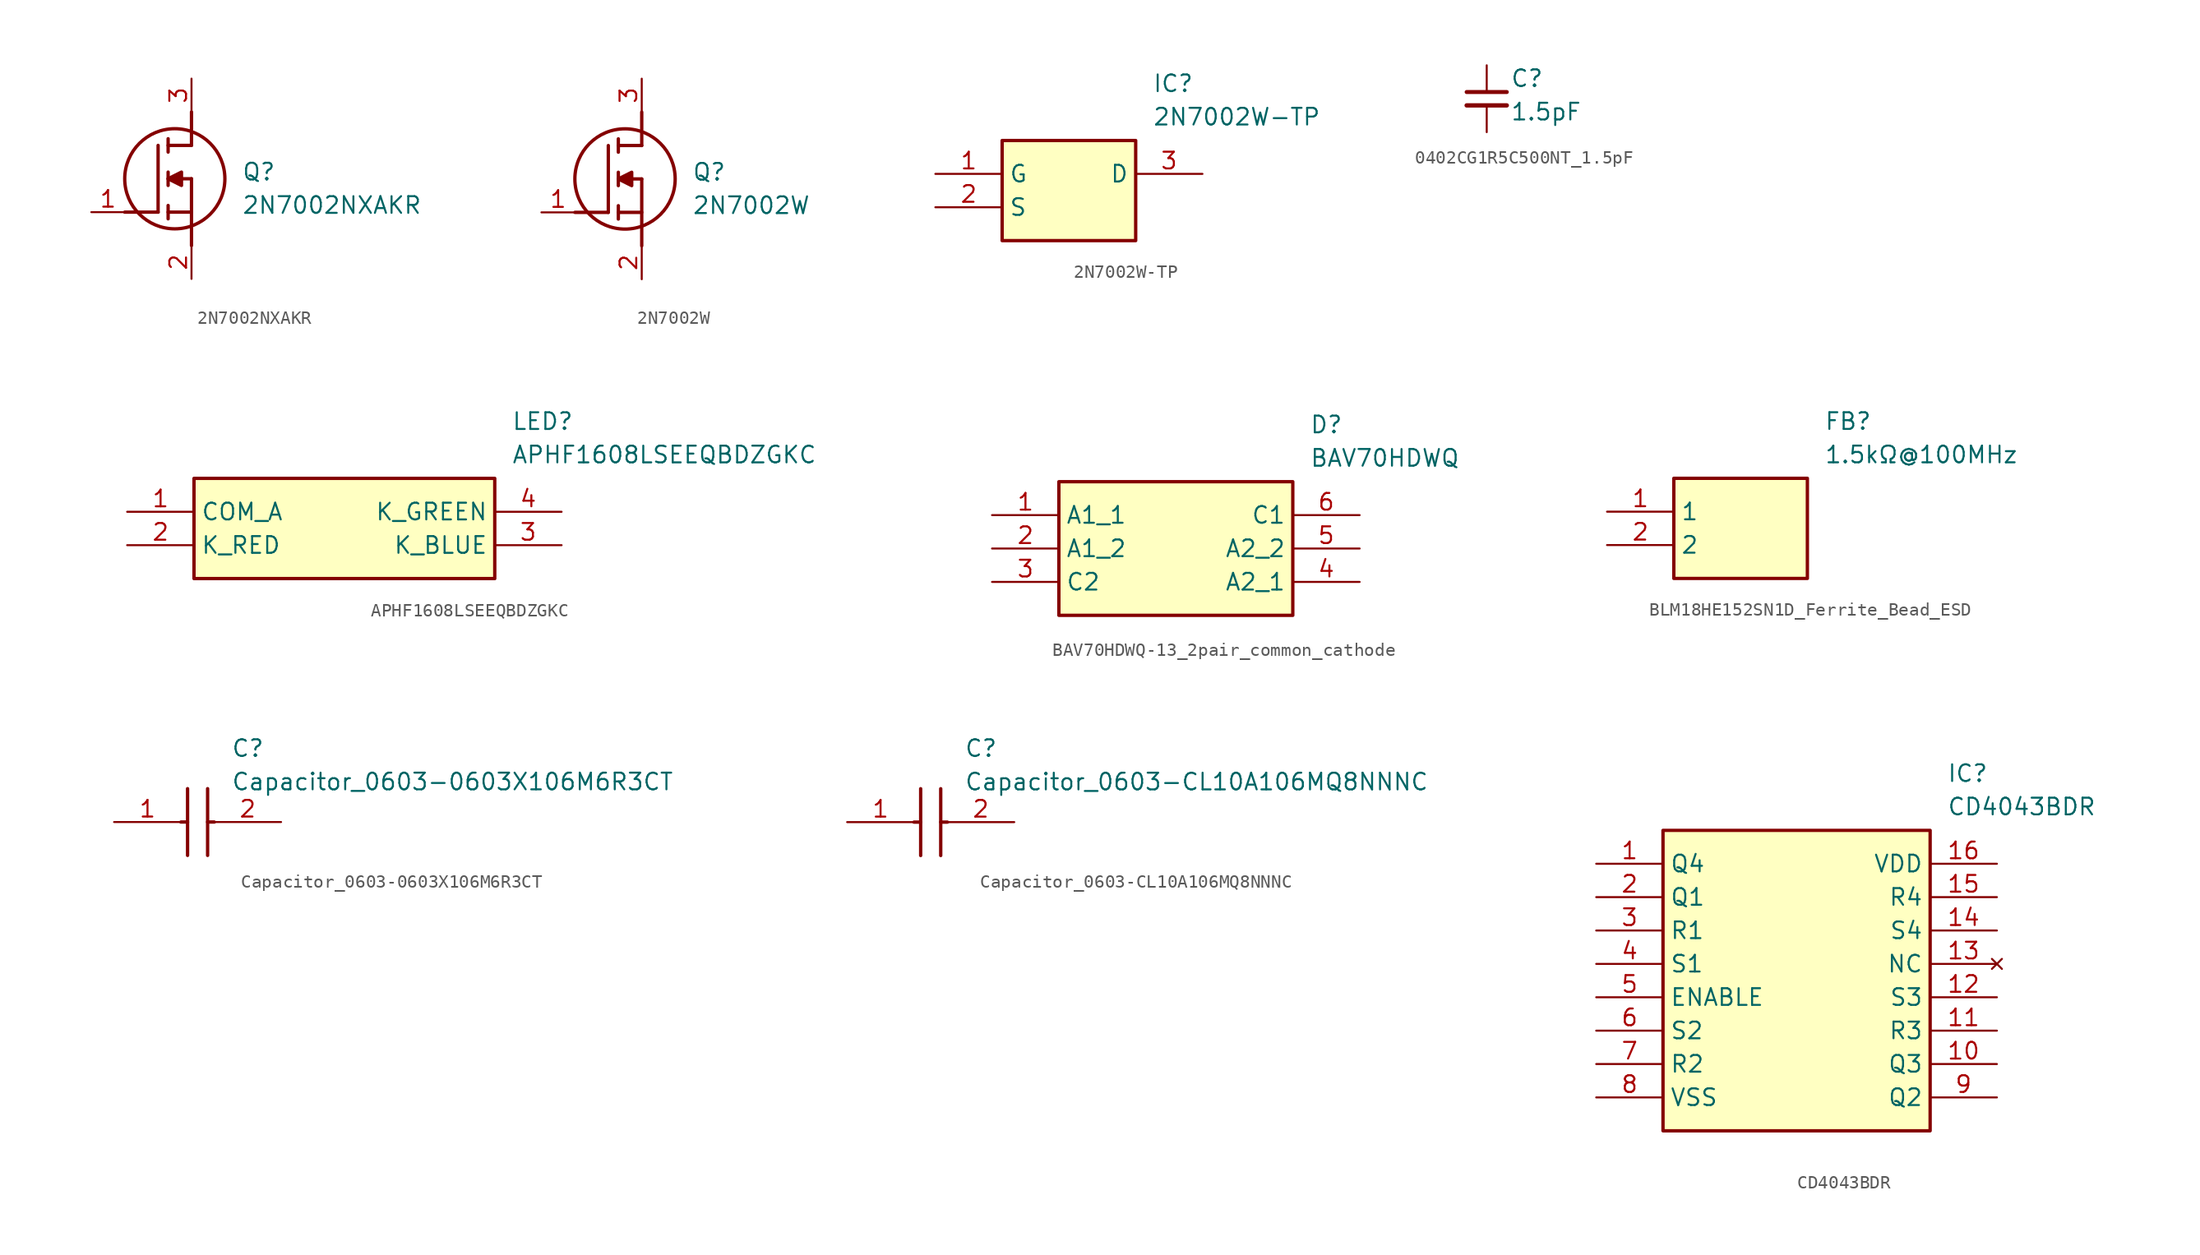
<source format=kicad_sym>
(kicad_symbol_lib
  (version 20241209)
  (generator "kicad_symbol_editor")
  (generator_version "9.0")
  (symbol "2N7002NXAKR"
    (pin_names
      (hide yes))
    (property "Reference" "Q"
      (at 11.43 3.81 0)
      (effects (font (size 1.27 1.27)) (justify left top)))
    (property "Value" "2N7002NXAKR"
      (at 11.43 1.27 0)
      (effects (font (size 1.27 1.27)) (justify left top)))
    (symbol "2N7002NXAKR_1_1"
      (polyline (pts (xy 2.54 0) (xy 5.08 0)) (stroke (width 0.254) (type default)) (fill (type none)))
      (polyline (pts (xy 5.08 5.08) (xy 5.08 0)) (stroke (width 0.254) (type default)) (fill (type none)))
      (polyline (pts (xy 5.842 5.588) (xy 5.842 4.572)) (stroke (width 0.254) (type default)) (fill (type none)))
      (polyline (pts (xy 5.842 2.54) (xy 6.858 3.048) (xy 6.858 2.032) (xy 5.842 2.54)) (stroke (width 0.254) (type default)) (fill (type outline)))
      (polyline (pts (xy 5.842 2.032) (xy 5.842 3.048)) (stroke (width 0.254) (type default)) (fill (type none)))
      (polyline (pts (xy 5.842 0) (xy 7.62 0)) (stroke (width 0.254) (type default)) (fill (type none)))
      (polyline (pts (xy 5.842 -0.508) (xy 5.842 0.508)) (stroke (width 0.254) (type default)) (fill (type none)))
      (circle (center 6.35 2.54) (radius 3.81) (stroke (width 0.254) (type default)) (fill (type none)))
      (polyline (pts (xy 7.62 5.08) (xy 5.842 5.08)) (stroke (width 0.254) (type default)) (fill (type none)))
      (polyline (pts (xy 7.62 5.08) (xy 7.62 7.62)) (stroke (width 0.254) (type default)) (fill (type none)))
      (polyline (pts (xy 7.62 2.54) (xy 5.842 2.54)) (stroke (width 0.254) (type default)) (fill (type none)))
      (polyline (pts (xy 7.62 2.54) (xy 7.62 -2.54)) (stroke (width 0.254) (type default)) (fill (type none)))
      (pin passive line (at 0 0 0) (length 2.54) (name "G" (effects (font (size 1.27 1.27)))) (number "1" (effects (font (size 1.27 1.27)))))
      (pin passive line (at 7.62 10.16 270) (length 2.54) (name "D" (effects (font (size 1.27 1.27)))) (number "3" (effects (font (size 1.27 1.27)))))
      (pin passive line (at 7.62 -5.08 90) (length 2.54) (name "S" (effects (font (size 1.27 1.27)))) (number "2" (effects (font (size 1.27 1.27)))))))
  (symbol "2N7002W"
    (pin_names
      (hide yes))
    (property "Reference" "Q"
      (at 11.43 3.81 0)
      (effects (font (size 1.27 1.27)) (justify left top)))
    (property "Value" "2N7002W"
      (at 11.43 1.27 0)
      (effects (font (size 1.27 1.27)) (justify left top)))
    (symbol "2N7002W_1_1"
      (polyline (pts (xy 2.54 0) (xy 5.08 0)) (stroke (width 0.254) (type default)) (fill (type none)))
      (polyline (pts (xy 5.08 5.08) (xy 5.08 0)) (stroke (width 0.254) (type default)) (fill (type none)))
      (polyline (pts (xy 5.842 5.588) (xy 5.842 4.572)) (stroke (width 0.254) (type default)) (fill (type none)))
      (polyline (pts (xy 5.842 2.54) (xy 6.858 3.048) (xy 6.858 2.032) (xy 5.842 2.54)) (stroke (width 0.254) (type default)) (fill (type outline)))
      (polyline (pts (xy 5.842 2.032) (xy 5.842 3.048)) (stroke (width 0.254) (type default)) (fill (type none)))
      (polyline (pts (xy 5.842 0) (xy 7.62 0)) (stroke (width 0.254) (type default)) (fill (type none)))
      (polyline (pts (xy 5.842 -0.508) (xy 5.842 0.508)) (stroke (width 0.254) (type default)) (fill (type none)))
      (circle (center 6.35 2.54) (radius 3.81) (stroke (width 0.254) (type default)) (fill (type none)))
      (polyline (pts (xy 7.62 5.08) (xy 5.842 5.08)) (stroke (width 0.254) (type default)) (fill (type none)))
      (polyline (pts (xy 7.62 5.08) (xy 7.62 7.62)) (stroke (width 0.254) (type default)) (fill (type none)))
      (polyline (pts (xy 7.62 2.54) (xy 5.842 2.54)) (stroke (width 0.254) (type default)) (fill (type none)))
      (polyline (pts (xy 7.62 2.54) (xy 7.62 -2.54)) (stroke (width 0.254) (type default)) (fill (type none)))
      (pin passive line (at 0 0 0) (length 2.54) (name "G" (effects (font (size 1.27 1.27)))) (number "1" (effects (font (size 1.27 1.27)))))
      (pin passive line (at 7.62 10.16 270) (length 2.54) (name "D" (effects (font (size 1.27 1.27)))) (number "3" (effects (font (size 1.27 1.27)))))
      (pin passive line (at 7.62 -5.08 90) (length 2.54) (name "S" (effects (font (size 1.27 1.27)))) (number "2" (effects (font (size 1.27 1.27)))))))
  (symbol "2N7002W-TP"
    (property "Reference" "IC"
      (at 16.51 7.62 0)
      (effects (font (size 1.27 1.27)) (justify left top)))
    (property "Value" "2N7002W-TP"
      (at 16.51 5.08 0)
      (effects (font (size 1.27 1.27)) (justify left top)))
    (symbol "2N7002W-TP_1_1"
      (rectangle (start 5.08 2.54) (end 15.24 -5.08) (stroke (width 0.254) (type default)) (fill (type background)))
      (pin passive line (at 0 0 0) (length 5.08) (name "G" (effects (font (size 1.27 1.27)))) (number "1" (effects (font (size 1.27 1.27)))))
      (pin passive line (at 0 -2.54 0) (length 5.08) (name "S" (effects (font (size 1.27 1.27)))) (number "2" (effects (font (size 1.27 1.27)))))
      (pin passive line (at 20.32 0 180) (length 5.08) (name "D" (effects (font (size 1.27 1.27)))) (number "3" (effects (font (size 1.27 1.27)))))))
  (symbol "0402CG1R5C500NT_1.5pF"
    (pin_numbers
      (hide yes))
    (pin_names
      (hide yes))
    (property "Reference" "C"
      (at 9.398 2.286 0)
      (effects (font (size 1.27 1.27)) (justify left top)))
    (property "Value" "1.5pF"
      (at 9.398 -0.254 0)
      (effects (font (size 1.27 1.27)) (justify left top)))
    (symbol "0402CG1R5C500NT_1.5pF_0_1"
      (polyline (pts (xy 6.096 0.508) (xy 9.144 0.508)) (stroke (width 0.305) (type default)) (fill (type none)))
      (polyline (pts (xy 6.096 -0.508) (xy 9.144 -0.508)) (stroke (width 0.33) (type default)) (fill (type none))))
    (symbol "0402CG1R5C500NT_1.5pF_1_1"
      (pin passive line (at 7.62 2.54 270) (length 2.032) (name "~" (effects (font (size 1.27 1.27)))) (number "1" (effects (font (size 1.27 1.27)))))
      (pin passive line (at 7.62 -2.54 90) (length 2.032) (name "~" (effects (font (size 1.27 1.27)))) (number "2" (effects (font (size 1.27 1.27)))))))
  (symbol "APHF1608LSEEQBDZGKC"
    (property "Reference" "LED"
      (at 29.21 7.62 0)
      (effects (font (size 1.27 1.27)) (justify left top)))
    (property "Value" "APHF1608LSEEQBDZGKC"
      (at 29.21 5.08 0)
      (effects (font (size 1.27 1.27)) (justify left top)))
    (symbol "APHF1608LSEEQBDZGKC_1_1"
      (rectangle (start 5.08 2.54) (end 27.94 -5.08) (stroke (width 0.254) (type default)) (fill (type background)))
      (pin passive line (at 0 0 0) (length 5.08) (name "COM_A" (effects (font (size 1.27 1.27)))) (number "1" (effects (font (size 1.27 1.27)))))
      (pin passive line (at 0 -2.54 0) (length 5.08) (name "K_RED" (effects (font (size 1.27 1.27)))) (number "2" (effects (font (size 1.27 1.27)))))
      (pin passive line (at 33.02 0 180) (length 5.08) (name "K_GREEN" (effects (font (size 1.27 1.27)))) (number "4" (effects (font (size 1.27 1.27)))))
      (pin passive line (at 33.02 -2.54 180) (length 5.08) (name "K_BLUE" (effects (font (size 1.27 1.27)))) (number "3" (effects (font (size 1.27 1.27)))))))
  (symbol "BAV70HDWQ-13_2pair_common_cathode"
    (property "Reference" "D"
      (at 24.13 7.62 0)
      (effects (font (size 1.27 1.27)) (justify left top)))
    (property "Value" "BAV70HDWQ"
      (at 24.13 5.08 0)
      (effects (font (size 1.27 1.27)) (justify left top)))
    (symbol "BAV70HDWQ-13_2pair_common_cathode_1_1"
      (rectangle (start 5.08 2.54) (end 22.86 -7.62) (stroke (width 0.254) (type default)) (fill (type background)))
      (pin passive line (at 0 0 0) (length 5.08) (name "A1_1" (effects (font (size 1.27 1.27)))) (number "1" (effects (font (size 1.27 1.27)))))
      (pin passive line (at 0 -2.54 0) (length 5.08) (name "A1_2" (effects (font (size 1.27 1.27)))) (number "2" (effects (font (size 1.27 1.27)))))
      (pin passive line (at 0 -5.08 0) (length 5.08) (name "C2" (effects (font (size 1.27 1.27)))) (number "3" (effects (font (size 1.27 1.27)))))
      (pin passive line (at 27.94 0 180) (length 5.08) (name "C1" (effects (font (size 1.27 1.27)))) (number "6" (effects (font (size 1.27 1.27)))))
      (pin passive line (at 27.94 -2.54 180) (length 5.08) (name "A2_2" (effects (font (size 1.27 1.27)))) (number "5" (effects (font (size 1.27 1.27)))))
      (pin passive line (at 27.94 -5.08 180) (length 5.08) (name "A2_1" (effects (font (size 1.27 1.27)))) (number "4" (effects (font (size 1.27 1.27)))))))
  (symbol "BLM18HE152SN1D_Ferrite_Bead_ESD"
    (property "Reference" "FB"
      (at 16.51 7.62 0)
      (effects (font (size 1.27 1.27)) (justify left top)))
    (property "Value" "1.5kΩ@100MHz"
      (at 16.51 5.08 0)
      (effects (font (size 1.27 1.27)) (justify left top)))
    (symbol "BLM18HE152SN1D_Ferrite_Bead_ESD_1_1"
      (rectangle (start 5.08 2.54) (end 15.24 -5.08) (stroke (width 0.254) (type default)) (fill (type background)))
      (pin passive line (at 0 0 0) (length 5.08) (name "1" (effects (font (size 1.27 1.27)))) (number "1" (effects (font (size 1.27 1.27)))))
      (pin passive line (at 0 -2.54 0) (length 5.08) (name "2" (effects (font (size 1.27 1.27)))) (number "2" (effects (font (size 1.27 1.27)))))))
  (symbol "Capacitor_0603-0603X106M6R3CT"
    (pin_names
      (hide yes))
    (property "Reference" "C"
      (at 8.89 6.35 0)
      (effects (font (size 1.27 1.27)) (justify left top)))
    (property "Value" "Capacitor_0603-0603X106M6R3CT"
      (at 8.89 3.81 0)
      (effects (font (size 1.27 1.27)) (justify left top)))
    (symbol "Capacitor_0603-0603X106M6R3CT_1_1"
      (polyline (pts (xy 5.08 0) (xy 5.588 0)) (stroke (width 0.254) (type default)) (fill (type none)))
      (polyline (pts (xy 5.588 2.54) (xy 5.588 -2.54)) (stroke (width 0.254) (type default)) (fill (type none)))
      (polyline (pts (xy 7.112 2.54) (xy 7.112 -2.54)) (stroke (width 0.254) (type default)) (fill (type none)))
      (polyline (pts (xy 7.112 0) (xy 7.62 0)) (stroke (width 0.254) (type default)) (fill (type none)))
      (pin passive line (at 0 0 0) (length 5.08) (name "1" (effects (font (size 1.27 1.27)))) (number "1" (effects (font (size 1.27 1.27)))))
      (pin passive line (at 12.7 0 180) (length 5.08) (name "2" (effects (font (size 1.27 1.27)))) (number "2" (effects (font (size 1.27 1.27)))))))
  (symbol "Capacitor_0603-CL10A106MQ8NNNC"
    (pin_names
      (hide yes))
    (property "Reference" "C"
      (at 8.89 6.35 0)
      (effects (font (size 1.27 1.27)) (justify left top)))
    (property "Value" "Capacitor_0603-CL10A106MQ8NNNC"
      (at 8.89 3.81 0)
      (effects (font (size 1.27 1.27)) (justify left top)))
    (symbol "Capacitor_0603-CL10A106MQ8NNNC_1_1"
      (polyline (pts (xy 5.08 0) (xy 5.588 0)) (stroke (width 0.254) (type default)) (fill (type none)))
      (polyline (pts (xy 5.588 2.54) (xy 5.588 -2.54)) (stroke (width 0.254) (type default)) (fill (type none)))
      (polyline (pts (xy 7.112 2.54) (xy 7.112 -2.54)) (stroke (width 0.254) (type default)) (fill (type none)))
      (polyline (pts (xy 7.112 0) (xy 7.62 0)) (stroke (width 0.254) (type default)) (fill (type none)))
      (pin passive line (at 0 0 0) (length 5.08) (name "1" (effects (font (size 1.27 1.27)))) (number "1" (effects (font (size 1.27 1.27)))))
      (pin passive line (at 12.7 0 180) (length 5.08) (name "2" (effects (font (size 1.27 1.27)))) (number "2" (effects (font (size 1.27 1.27)))))))
  (symbol "CD4043BDR"
    (property "Reference" "IC"
      (at 26.67 7.62 0)
      (effects (font (size 1.27 1.27)) (justify left top)))
    (property "Value" "CD4043BDR"
      (at 26.67 5.08 0)
      (effects (font (size 1.27 1.27)) (justify left top)))
    (symbol "CD4043BDR_1_1"
      (rectangle (start 5.08 2.54) (end 25.4 -20.32) (stroke (width 0.254) (type default)) (fill (type background)))
      (pin passive line (at 0 0 0) (length 5.08) (name "Q4" (effects (font (size 1.27 1.27)))) (number "1" (effects (font (size 1.27 1.27)))))
      (pin passive line (at 0 -2.54 0) (length 5.08) (name "Q1" (effects (font (size 1.27 1.27)))) (number "2" (effects (font (size 1.27 1.27)))))
      (pin passive line (at 0 -5.08 0) (length 5.08) (name "R1" (effects (font (size 1.27 1.27)))) (number "3" (effects (font (size 1.27 1.27)))))
      (pin passive line (at 0 -7.62 0) (length 5.08) (name "S1" (effects (font (size 1.27 1.27)))) (number "4" (effects (font (size 1.27 1.27)))))
      (pin passive line (at 0 -10.16 0) (length 5.08) (name "ENABLE" (effects (font (size 1.27 1.27)))) (number "5" (effects (font (size 1.27 1.27)))))
      (pin passive line (at 0 -12.7 0) (length 5.08) (name "S2" (effects (font (size 1.27 1.27)))) (number "6" (effects (font (size 1.27 1.27)))))
      (pin passive line (at 0 -15.24 0) (length 5.08) (name "R2" (effects (font (size 1.27 1.27)))) (number "7" (effects (font (size 1.27 1.27)))))
      (pin passive line (at 0 -17.78 0) (length 5.08) (name "VSS" (effects (font (size 1.27 1.27)))) (number "8" (effects (font (size 1.27 1.27)))))
      (pin passive line (at 30.48 0 180) (length 5.08) (name "VDD" (effects (font (size 1.27 1.27)))) (number "16" (effects (font (size 1.27 1.27)))))
      (pin passive line (at 30.48 -2.54 180) (length 5.08) (name "R4" (effects (font (size 1.27 1.27)))) (number "15" (effects (font (size 1.27 1.27)))))
      (pin passive line (at 30.48 -5.08 180) (length 5.08) (name "S4" (effects (font (size 1.27 1.27)))) (number "14" (effects (font (size 1.27 1.27)))))
      (pin no_connect line (at 30.48 -7.62 180) (length 5.08) (name "NC" (effects (font (size 1.27 1.27)))) (number "13" (effects (font (size 1.27 1.27)))))
      (pin passive line (at 30.48 -10.16 180) (length 5.08) (name "S3" (effects (font (size 1.27 1.27)))) (number "12" (effects (font (size 1.27 1.27)))))
      (pin passive line (at 30.48 -12.7 180) (length 5.08) (name "R3" (effects (font (size 1.27 1.27)))) (number "11" (effects (font (size 1.27 1.27)))))
      (pin passive line (at 30.48 -15.24 180) (length 5.08) (name "Q3" (effects (font (size 1.27 1.27)))) (number "10" (effects (font (size 1.27 1.27)))))
      (pin passive line (at 30.48 -17.78 180) (length 5.08) (name "Q2" (effects (font (size 1.27 1.27)))) (number "9" (effects (font (size 1.27 1.27))))))))
</source>
